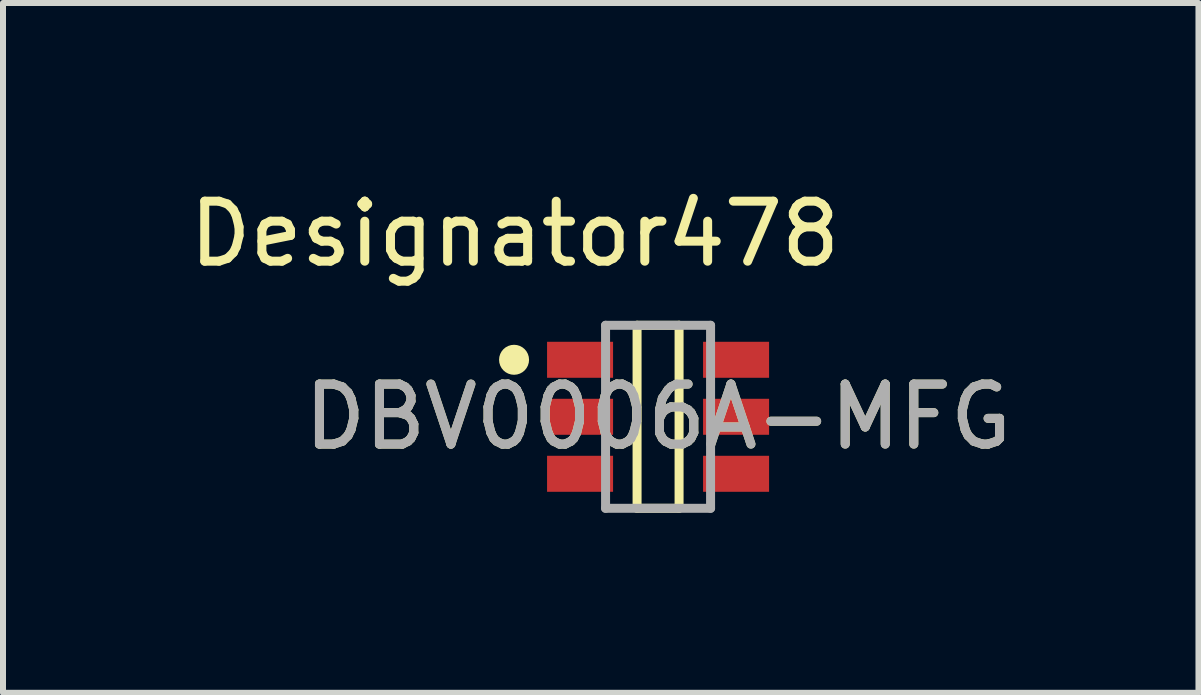
<source format=kicad_pcb>
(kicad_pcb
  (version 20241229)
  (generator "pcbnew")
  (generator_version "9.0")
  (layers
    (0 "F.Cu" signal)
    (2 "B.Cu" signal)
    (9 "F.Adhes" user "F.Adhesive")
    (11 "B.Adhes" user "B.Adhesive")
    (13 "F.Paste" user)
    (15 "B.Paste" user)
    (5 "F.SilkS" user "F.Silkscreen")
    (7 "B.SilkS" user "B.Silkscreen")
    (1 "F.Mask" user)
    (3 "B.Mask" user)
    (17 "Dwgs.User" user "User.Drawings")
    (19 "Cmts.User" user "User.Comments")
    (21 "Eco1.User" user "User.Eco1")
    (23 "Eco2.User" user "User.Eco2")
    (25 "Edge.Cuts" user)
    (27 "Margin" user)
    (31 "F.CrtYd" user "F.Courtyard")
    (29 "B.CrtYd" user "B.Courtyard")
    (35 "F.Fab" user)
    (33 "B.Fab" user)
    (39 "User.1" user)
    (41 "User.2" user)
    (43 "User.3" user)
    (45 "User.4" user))
  (footprint "DBV0006A-MFG"
    (layer "F.Cu")
    (at 7.917 3.896)
    (property "Reference" "DBV0006A-MFG" (at 0 0 0) (unlocked yes) (layer "F.SilkS") (effects (font (size 1 1) (thickness 0.15))))
    (attr smd)
    (fp_line (start -0.35 -1.525) (end 0.35 -1.525) (stroke (width 0.15) (type solid)) (layer "F.SilkS"))
    (fp_line (start -0.35 1.525) (end -0.35 -1.525) (stroke (width 0.15) (type solid)) (layer "F.SilkS"))
    (fp_line (start -0.35 1.525) (end 0.35 1.525) (stroke (width 0.15) (type solid)) (layer "F.SilkS"))
    (fp_line (start 0.35 1.525) (end 0.35 -1.525) (stroke (width 0.15) (type solid)) (layer "F.SilkS"))
    (fp_circle (center -2.4 -0.95) (end -2.275 -0.95) (stroke (width 0.25) (type solid)) (fill no) (layer "F.SilkS"))
    (fp_line (start -0.875 -1.525) (end 0.875 -1.525) (stroke (width 0.15) (type solid)) (layer "F.Fab"))
    (fp_line (start -0.875 1.525) (end -0.875 -1.525) (stroke (width 0.15) (type solid)) (layer "F.Fab"))
    (fp_line (start -0.875 1.525) (end 0.875 1.525) (stroke (width 0.15) (type solid)) (layer "F.Fab"))
    (fp_line (start 0.875 1.525) (end 0.875 -1.525) (stroke (width 0.15) (type solid)) (layer "F.Fab"))
    (fp_text user "Designator478" (at -2.388 -3.048 0) (unlocked yes) (layer "F.SilkS") (effects (font (size 1 1) (thickness 0.15))))
    (fp_text user "${REFERENCE}" (at 0 0 0) (unlocked yes) (layer "F.Fab") (effects (font (size 1 1) (thickness 0.15))))
    (pad "1" smd rect (at -1.3 -0.95) (size 1.1 0.6) (layers "F.Cu" "F.Mask" "F.Paste"))
    (pad "2" smd rect (at -1.3 0) (size 1.1 0.6) (layers "F.Cu" "F.Mask" "F.Paste"))
    (pad "3" smd rect (at -1.3 0.95) (size 1.1 0.6) (layers "F.Cu" "F.Mask" "F.Paste"))
    (pad "4" smd rect (at 1.3 0.95) (size 1.1 0.6) (layers "F.Cu" "F.Mask" "F.Paste"))
    (pad "5" smd rect (at 1.3 0) (size 1.1 0.6) (layers "F.Cu" "F.Mask" "F.Paste"))
    (pad "6" smd rect (at 1.3 -0.95) (size 1.1 0.6) (layers "F.Cu" "F.Mask" "F.Paste")))
  (gr_rect
    (start -3 -3)
    (end 16.923 8.496)
    (stroke (width 0.1) (type default))
    (fill no)
    (layer "Edge.Cuts")))
</source>
